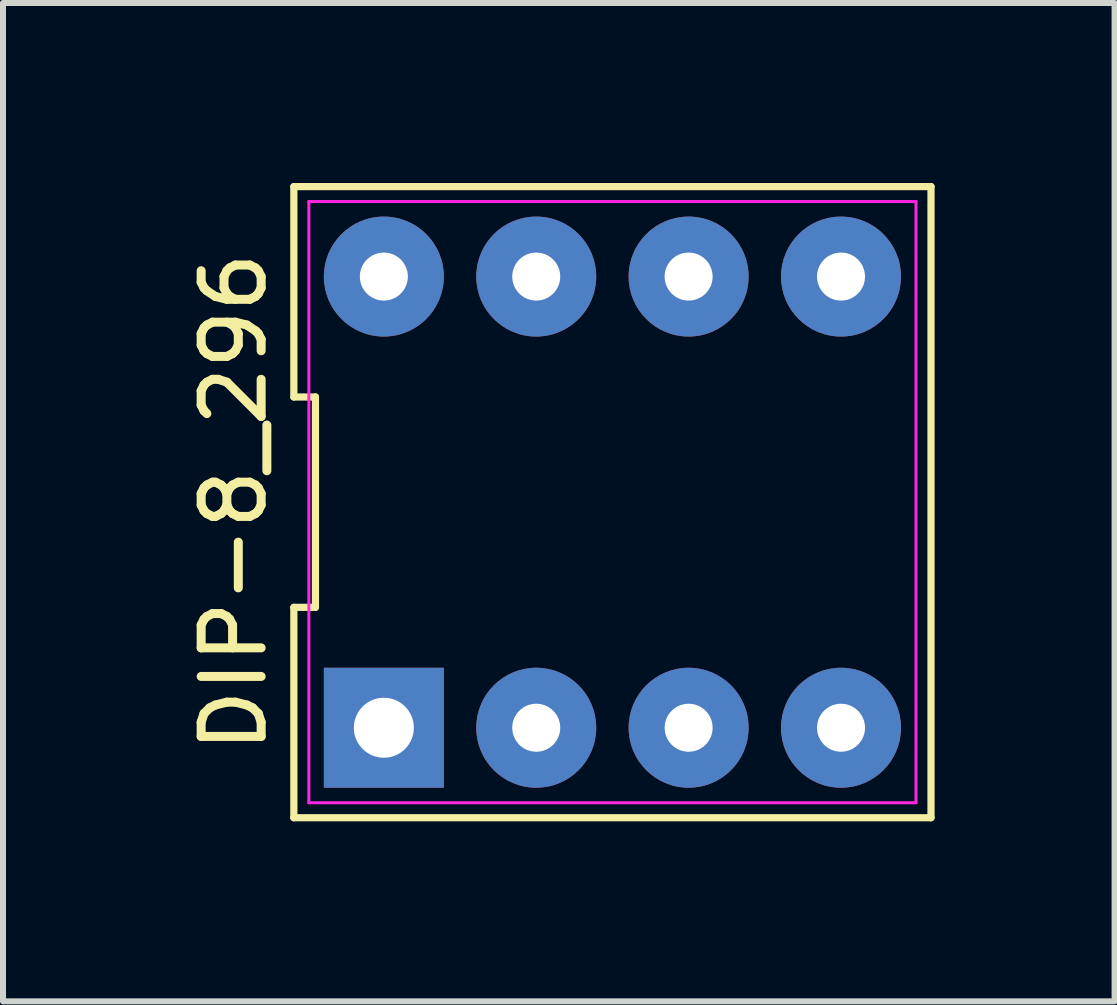
<source format=kicad_pcb>
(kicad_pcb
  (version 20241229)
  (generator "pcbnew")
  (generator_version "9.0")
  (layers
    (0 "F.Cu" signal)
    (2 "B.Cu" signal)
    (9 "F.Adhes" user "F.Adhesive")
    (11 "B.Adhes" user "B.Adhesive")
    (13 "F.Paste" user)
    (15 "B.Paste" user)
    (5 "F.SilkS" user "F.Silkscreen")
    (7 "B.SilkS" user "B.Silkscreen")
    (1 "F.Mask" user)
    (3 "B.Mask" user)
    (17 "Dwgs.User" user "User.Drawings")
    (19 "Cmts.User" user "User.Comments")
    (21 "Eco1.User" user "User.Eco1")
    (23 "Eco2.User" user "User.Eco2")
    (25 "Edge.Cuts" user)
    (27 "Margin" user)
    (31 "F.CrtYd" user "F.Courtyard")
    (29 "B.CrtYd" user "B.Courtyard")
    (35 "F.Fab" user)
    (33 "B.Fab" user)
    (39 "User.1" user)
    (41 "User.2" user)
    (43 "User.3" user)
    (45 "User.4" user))
  (footprint "DIP-8_296"
    (layer "F.Cu")
    (at 7.158 5.32)
    (property "Reference" "DIP-8_296" (at -6.31 0 90) (layer "F.SilkS") (effects (font (size 1 1) (thickness 0.15))))
    (fp_line (start -5.31 -5.26) (end -5.31 -1.753) (stroke (width 0.12) (type solid)) (layer "F.SilkS"))
    (fp_line (start -5.31 -1.753) (end -4.95 -1.753) (stroke (width 0.12) (type solid)) (layer "F.SilkS"))
    (fp_line (start -5.31 1.753) (end -5.31 5.26) (stroke (width 0.12) (type solid)) (layer "F.SilkS"))
    (fp_line (start -5.31 5.26) (end 5.31 5.26) (stroke (width 0.12) (type solid)) (layer "F.SilkS"))
    (fp_line (start -4.95 -1.753) (end -4.95 1.753) (stroke (width 0.12) (type solid)) (layer "F.SilkS"))
    (fp_line (start -4.95 1.753) (end -5.31 1.753) (stroke (width 0.12) (type solid)) (layer "F.SilkS"))
    (fp_line (start 5.31 -5.26) (end -5.31 -5.26) (stroke (width 0.12) (type solid)) (layer "F.SilkS"))
    (fp_line (start 5.31 5.26) (end 5.31 -5.26) (stroke (width 0.12) (type solid)) (layer "F.SilkS"))
    (fp_line (start -5.06 -5.01) (end 5.06 -5.01) (stroke (width 0.05) (type solid)) (layer "F.CrtYd"))
    (fp_line (start -5.06 5.01) (end -5.06 -5.01) (stroke (width 0.05) (type solid)) (layer "F.CrtYd"))
    (fp_line (start 5.06 -5.01) (end 5.06 5.01) (stroke (width 0.05) (type solid)) (layer "F.CrtYd"))
    (fp_line (start 5.06 5.01) (end -5.06 5.01) (stroke (width 0.05) (type solid)) (layer "F.CrtYd"))
    (pad "1" thru_hole rect (at -3.81 3.76) (size 2 2) (drill 1) (layers "*.Cu" "*.Mask"))
    (pad "2" thru_hole circle (at -1.27 3.76) (size 2 2) (drill 0.8) (layers "*.Cu" "*.Mask"))
    (pad "3" thru_hole circle (at 1.27 3.76) (size 2 2) (drill 0.8) (layers "*.Cu" "*.Mask"))
    (pad "4" thru_hole circle (at 3.81 3.76) (size 2 2) (drill 0.8) (layers "*.Cu" "*.Mask"))
    (pad "5" thru_hole circle (at 3.81 -3.76) (size 2 2) (drill 0.8) (layers "*.Cu" "*.Mask"))
    (pad "6" thru_hole circle (at 1.27 -3.76) (size 2 2) (drill 0.8) (layers "*.Cu" "*.Mask"))
    (pad "7" thru_hole circle (at -1.27 -3.76) (size 2 2) (drill 0.8) (layers "*.Cu" "*.Mask"))
    (pad "8" thru_hole circle (at -3.81 -3.76) (size 2 2) (drill 0.8) (layers "*.Cu" "*.Mask")))
  (gr_rect
    (start -3 -3)
    (end 15.528 13.64)
    (stroke (width 0.1) (type default))
    (fill no)
    (layer "Edge.Cuts")))
</source>
